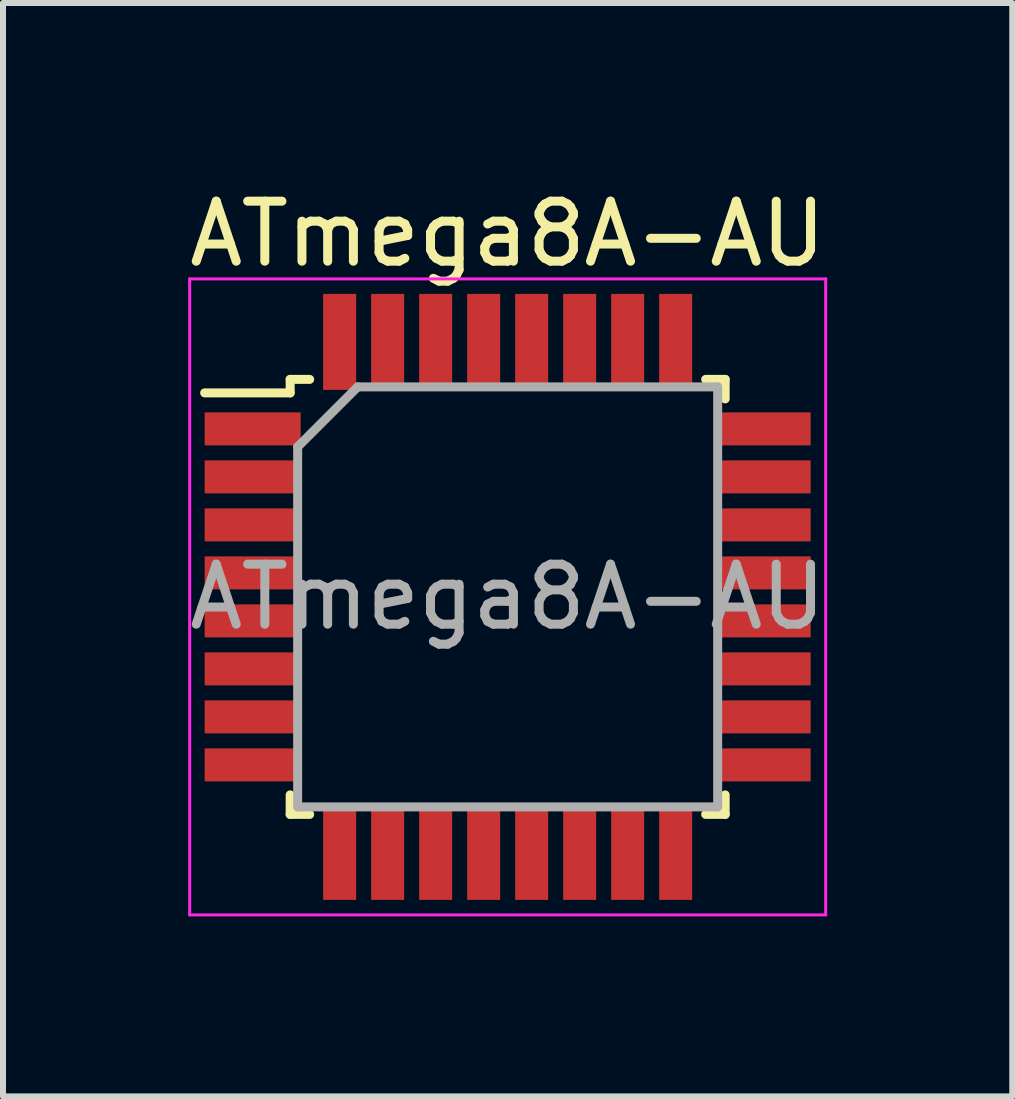
<source format=kicad_pcb>
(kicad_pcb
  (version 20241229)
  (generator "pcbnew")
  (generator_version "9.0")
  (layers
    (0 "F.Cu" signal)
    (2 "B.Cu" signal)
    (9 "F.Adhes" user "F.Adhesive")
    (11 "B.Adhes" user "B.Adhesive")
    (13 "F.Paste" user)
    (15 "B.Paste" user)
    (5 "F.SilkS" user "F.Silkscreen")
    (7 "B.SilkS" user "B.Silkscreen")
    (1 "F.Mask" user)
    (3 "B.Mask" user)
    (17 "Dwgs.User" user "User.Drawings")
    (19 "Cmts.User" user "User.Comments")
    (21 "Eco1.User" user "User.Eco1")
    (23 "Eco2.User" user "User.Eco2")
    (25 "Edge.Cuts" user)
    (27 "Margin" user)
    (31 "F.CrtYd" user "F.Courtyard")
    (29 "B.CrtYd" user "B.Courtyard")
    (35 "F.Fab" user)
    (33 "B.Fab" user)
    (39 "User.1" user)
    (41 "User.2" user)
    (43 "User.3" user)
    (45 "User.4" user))
  (footprint "ATmega8A-AU"
    (layer "F.Cu")
    (at 5.411 6.898)
    (property "Reference" "ATmega8A-AU" (at 0 -6.05 0) (layer "F.SilkS") (effects (font (size 1 1) (thickness 0.15))))
    (attr smd)
    (fp_line (start -3.625 -3.625) (end -3.625 -3.4) (stroke (width 0.15) (type solid)) (layer "F.SilkS"))
    (fp_line (start -3.625 -3.625) (end -3.3 -3.625) (stroke (width 0.15) (type solid)) (layer "F.SilkS"))
    (fp_line (start -3.625 -3.4) (end -5.05 -3.4) (stroke (width 0.15) (type solid)) (layer "F.SilkS"))
    (fp_line (start -3.625 3.625) (end -3.625 3.3) (stroke (width 0.15) (type solid)) (layer "F.SilkS"))
    (fp_line (start -3.625 3.625) (end -3.3 3.625) (stroke (width 0.15) (type solid)) (layer "F.SilkS"))
    (fp_line (start 3.625 -3.625) (end 3.3 -3.625) (stroke (width 0.15) (type solid)) (layer "F.SilkS"))
    (fp_line (start 3.625 -3.625) (end 3.625 -3.3) (stroke (width 0.15) (type solid)) (layer "F.SilkS"))
    (fp_line (start 3.625 3.625) (end 3.3 3.625) (stroke (width 0.15) (type solid)) (layer "F.SilkS"))
    (fp_line (start 3.625 3.625) (end 3.625 3.3) (stroke (width 0.15) (type solid)) (layer "F.SilkS"))
    (fp_line (start -5.3 -5.3) (end -5.3 5.3) (stroke (width 0.05) (type solid)) (layer "F.CrtYd"))
    (fp_line (start -5.3 -5.3) (end 5.3 -5.3) (stroke (width 0.05) (type solid)) (layer "F.CrtYd"))
    (fp_line (start -5.3 5.3) (end 5.3 5.3) (stroke (width 0.05) (type solid)) (layer "F.CrtYd"))
    (fp_line (start 5.3 -5.3) (end 5.3 5.3) (stroke (width 0.05) (type solid)) (layer "F.CrtYd"))
    (fp_line (start -3.5 -2.5) (end -2.5 -3.5) (stroke (width 0.15) (type solid)) (layer "F.Fab"))
    (fp_line (start -3.5 3.5) (end -3.5 -2.5) (stroke (width 0.15) (type solid)) (layer "F.Fab"))
    (fp_line (start -2.5 -3.5) (end 3.5 -3.5) (stroke (width 0.15) (type solid)) (layer "F.Fab"))
    (fp_line (start 3.5 -3.5) (end 3.5 3.5) (stroke (width 0.15) (type solid)) (layer "F.Fab"))
    (fp_line (start 3.5 3.5) (end -3.5 3.5) (stroke (width 0.15) (type solid)) (layer "F.Fab"))
    (fp_text user "${REFERENCE}" (at 0 0 0) (layer "F.Fab") (effects (font (size 1 1) (thickness 0.15))))
    (pad "1" smd rect (at -4.25 -2.8) (size 1.6 0.55) (layers "F.Cu" "F.Mask" "F.Paste"))
    (pad "2" smd rect (at -4.25 -2) (size 1.6 0.55) (layers "F.Cu" "F.Mask" "F.Paste"))
    (pad "3" smd rect (at -4.25 -1.2) (size 1.6 0.55) (layers "F.Cu" "F.Mask" "F.Paste"))
    (pad "4" smd rect (at -4.25 -0.4) (size 1.6 0.55) (layers "F.Cu" "F.Mask" "F.Paste"))
    (pad "5" smd rect (at -4.25 0.4) (size 1.6 0.55) (layers "F.Cu" "F.Mask" "F.Paste"))
    (pad "6" smd rect (at -4.25 1.2) (size 1.6 0.55) (layers "F.Cu" "F.Mask" "F.Paste"))
    (pad "7" smd rect (at -4.25 2) (size 1.6 0.55) (layers "F.Cu" "F.Mask" "F.Paste"))
    (pad "8" smd rect (at -4.25 2.8) (size 1.6 0.55) (layers "F.Cu" "F.Mask" "F.Paste"))
    (pad "9" smd rect (at -2.8 4.25 90) (size 1.6 0.55) (layers "F.Cu" "F.Mask" "F.Paste"))
    (pad "10" smd rect (at -2 4.25 90) (size 1.6 0.55) (layers "F.Cu" "F.Mask" "F.Paste"))
    (pad "11" smd rect (at -1.2 4.25 90) (size 1.6 0.55) (layers "F.Cu" "F.Mask" "F.Paste"))
    (pad "12" smd rect (at -0.4 4.25 90) (size 1.6 0.55) (layers "F.Cu" "F.Mask" "F.Paste"))
    (pad "13" smd rect (at 0.4 4.25 90) (size 1.6 0.55) (layers "F.Cu" "F.Mask" "F.Paste"))
    (pad "14" smd rect (at 1.2 4.25 90) (size 1.6 0.55) (layers "F.Cu" "F.Mask" "F.Paste"))
    (pad "15" smd rect (at 2 4.25 90) (size 1.6 0.55) (layers "F.Cu" "F.Mask" "F.Paste"))
    (pad "16" smd rect (at 2.8 4.25 90) (size 1.6 0.55) (layers "F.Cu" "F.Mask" "F.Paste"))
    (pad "17" smd rect (at 4.25 2.8) (size 1.6 0.55) (layers "F.Cu" "F.Mask" "F.Paste"))
    (pad "18" smd rect (at 4.25 2) (size 1.6 0.55) (layers "F.Cu" "F.Mask" "F.Paste"))
    (pad "19" smd rect (at 4.25 1.2) (size 1.6 0.55) (layers "F.Cu" "F.Mask" "F.Paste"))
    (pad "20" smd rect (at 4.25 0.4) (size 1.6 0.55) (layers "F.Cu" "F.Mask" "F.Paste"))
    (pad "21" smd rect (at 4.25 -0.4) (size 1.6 0.55) (layers "F.Cu" "F.Mask" "F.Paste"))
    (pad "22" smd rect (at 4.25 -1.2) (size 1.6 0.55) (layers "F.Cu" "F.Mask" "F.Paste"))
    (pad "23" smd rect (at 4.25 -2) (size 1.6 0.55) (layers "F.Cu" "F.Mask" "F.Paste"))
    (pad "24" smd rect (at 4.25 -2.8) (size 1.6 0.55) (layers "F.Cu" "F.Mask" "F.Paste"))
    (pad "25" smd rect (at 2.8 -4.25 90) (size 1.6 0.55) (layers "F.Cu" "F.Mask" "F.Paste"))
    (pad "26" smd rect (at 2 -4.25 90) (size 1.6 0.55) (layers "F.Cu" "F.Mask" "F.Paste"))
    (pad "27" smd rect (at 1.2 -4.25 90) (size 1.6 0.55) (layers "F.Cu" "F.Mask" "F.Paste"))
    (pad "28" smd rect (at 0.4 -4.25 90) (size 1.6 0.55) (layers "F.Cu" "F.Mask" "F.Paste"))
    (pad "29" smd rect (at -0.4 -4.25 90) (size 1.6 0.55) (layers "F.Cu" "F.Mask" "F.Paste"))
    (pad "30" smd rect (at -1.2 -4.25 90) (size 1.6 0.55) (layers "F.Cu" "F.Mask" "F.Paste"))
    (pad "31" smd rect (at -2 -4.25 90) (size 1.6 0.55) (layers "F.Cu" "F.Mask" "F.Paste"))
    (pad "32" smd rect (at -2.8 -4.25 90) (size 1.6 0.55) (layers "F.Cu" "F.Mask" "F.Paste")))
  (gr_rect
    (start -3 -3)
    (end 13.821 15.223)
    (stroke (width 0.1) (type default))
    (fill no)
    (layer "Edge.Cuts")))
</source>
